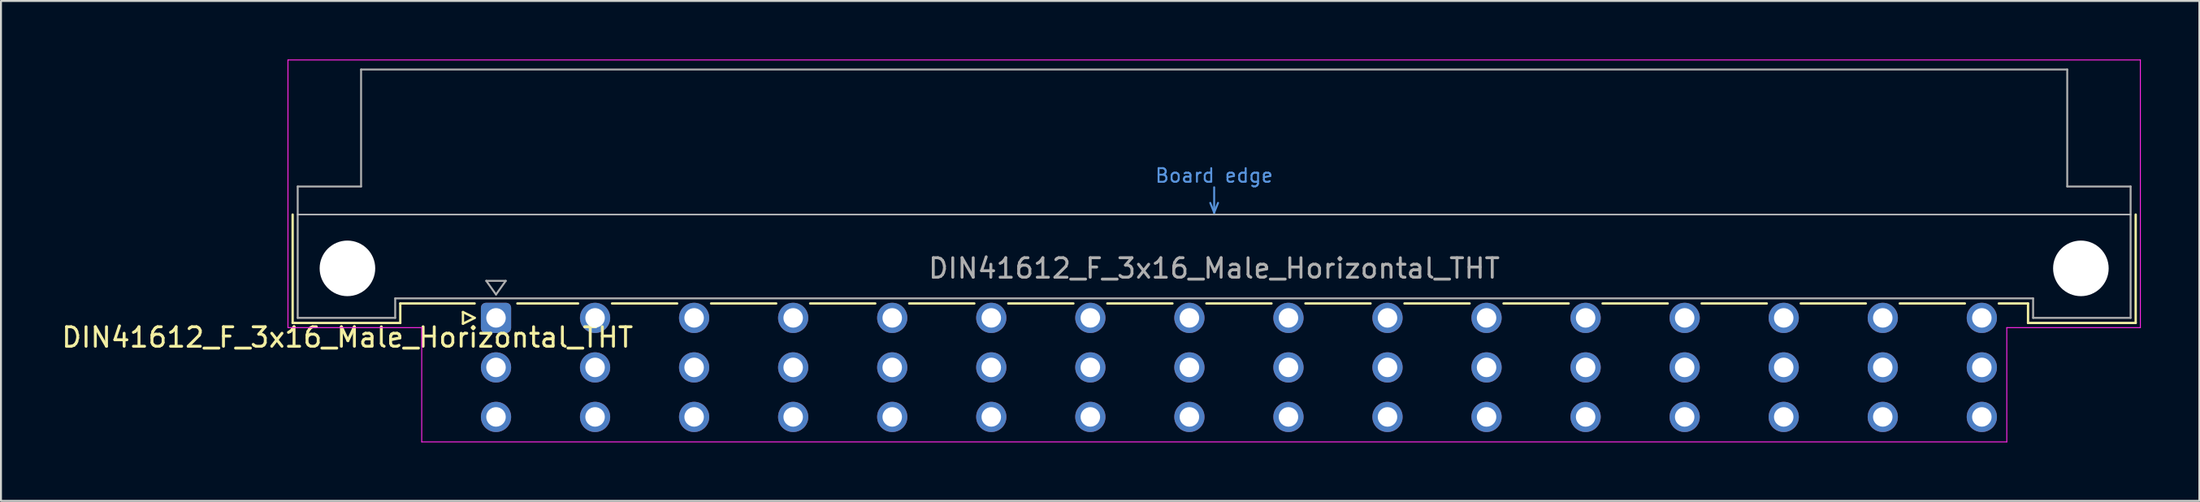
<source format=kicad_pcb>
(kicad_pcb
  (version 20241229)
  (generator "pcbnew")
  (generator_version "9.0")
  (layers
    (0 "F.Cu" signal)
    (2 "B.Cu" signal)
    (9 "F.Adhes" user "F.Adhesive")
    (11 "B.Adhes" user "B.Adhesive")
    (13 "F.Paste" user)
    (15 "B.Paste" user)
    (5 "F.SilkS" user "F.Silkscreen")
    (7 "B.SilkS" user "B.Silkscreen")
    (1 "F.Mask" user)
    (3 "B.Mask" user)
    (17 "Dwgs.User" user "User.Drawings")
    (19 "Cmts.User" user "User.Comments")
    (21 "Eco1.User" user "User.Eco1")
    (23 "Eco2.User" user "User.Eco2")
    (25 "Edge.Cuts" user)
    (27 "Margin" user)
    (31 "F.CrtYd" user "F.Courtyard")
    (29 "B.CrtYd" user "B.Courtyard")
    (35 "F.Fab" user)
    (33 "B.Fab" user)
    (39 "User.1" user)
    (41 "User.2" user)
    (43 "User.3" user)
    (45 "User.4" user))
  (footprint "DIN41612_F_3x16_Male_Horizontal_THT"
    (layer "F.Cu")
    (at 19.848 13.255)
    (property "Reference" "DIN41612_F_3x16_Male_Horizontal_THT" (at -5.08 1 0) (layer "F.SilkS") (effects (font (size 1 1) (thickness 0.15))))
    (attr through_hole)
    (fp_line (start -7.89 -5.3) (end -7.89 0.26) (stroke (width 0.12) (type solid)) (layer "F.SilkS"))
    (fp_line (start -7.89 0.26) (end -2.37 0.26) (stroke (width 0.12) (type solid)) (layer "F.SilkS"))
    (fp_line (start -2.371 -0.74) (end 1.445 -0.74) (stroke (width 0.12) (type solid)) (layer "F.SilkS"))
    (fp_line (start -2.37 0.26) (end -2.37 -0.74) (stroke (width 0.12) (type solid)) (layer "F.SilkS"))
    (fp_line (start 0.845 -0.3) (end 0.845 0.3) (stroke (width 0.12) (type solid)) (layer "F.SilkS"))
    (fp_line (start 0.845 0.3) (end 1.445 0) (stroke (width 0.12) (type solid)) (layer "F.SilkS"))
    (fp_line (start 1.445 0) (end 0.845 -0.3) (stroke (width 0.12) (type solid)) (layer "F.SilkS"))
    (fp_line (start 3.635 -0.74) (end 6.751 -0.74) (stroke (width 0.12) (type solid)) (layer "F.SilkS"))
    (fp_line (start 8.49 -0.74) (end 11.831 -0.74) (stroke (width 0.12) (type solid)) (layer "F.SilkS"))
    (fp_line (start 13.57 -0.74) (end 16.911 -0.74) (stroke (width 0.12) (type solid)) (layer "F.SilkS"))
    (fp_line (start 18.65 -0.74) (end 21.991 -0.74) (stroke (width 0.12) (type solid)) (layer "F.SilkS"))
    (fp_line (start 23.73 -0.74) (end 27.071 -0.74) (stroke (width 0.12) (type solid)) (layer "F.SilkS"))
    (fp_line (start 28.81 -0.74) (end 32.151 -0.74) (stroke (width 0.12) (type solid)) (layer "F.SilkS"))
    (fp_line (start 33.89 -0.74) (end 37.231 -0.74) (stroke (width 0.12) (type solid)) (layer "F.SilkS"))
    (fp_line (start 38.97 -0.74) (end 42.311 -0.74) (stroke (width 0.12) (type solid)) (layer "F.SilkS"))
    (fp_line (start 44.05 -0.74) (end 47.391 -0.74) (stroke (width 0.12) (type solid)) (layer "F.SilkS"))
    (fp_line (start 49.13 -0.74) (end 52.471 -0.74) (stroke (width 0.12) (type solid)) (layer "F.SilkS"))
    (fp_line (start 54.21 -0.74) (end 57.551 -0.74) (stroke (width 0.12) (type solid)) (layer "F.SilkS"))
    (fp_line (start 59.29 -0.74) (end 62.631 -0.74) (stroke (width 0.12) (type solid)) (layer "F.SilkS"))
    (fp_line (start 64.37 -0.74) (end 67.711 -0.74) (stroke (width 0.12) (type solid)) (layer "F.SilkS"))
    (fp_line (start 69.45 -0.74) (end 72.791 -0.74) (stroke (width 0.12) (type solid)) (layer "F.SilkS"))
    (fp_line (start 74.53 -0.74) (end 77.871 -0.74) (stroke (width 0.12) (type solid)) (layer "F.SilkS"))
    (fp_line (start 79.61 -0.74) (end 81.11 -0.74) (stroke (width 0.12) (type solid)) (layer "F.SilkS"))
    (fp_line (start 81.11 0.26) (end 81.11 -0.74) (stroke (width 0.12) (type solid)) (layer "F.SilkS"))
    (fp_line (start 86.63 -5.3) (end 86.63 0.26) (stroke (width 0.12) (type solid)) (layer "F.SilkS"))
    (fp_line (start 86.63 0.26) (end 81.11 0.26) (stroke (width 0.12) (type solid)) (layer "F.SilkS"))
    (fp_line (start -7.63 -5.3) (end 86.37 -5.3) (stroke (width 0.08) (type solid)) (layer "Dwgs.User"))
    (fp_line (start 39.17 -5.9) (end 39.37 -5.4) (stroke (width 0.1) (type solid)) (layer "Cmts.User"))
    (fp_line (start 39.37 -5.4) (end 39.37 -6.7) (stroke (width 0.1) (type solid)) (layer "Cmts.User"))
    (fp_line (start 39.37 -5.4) (end 39.57 -5.9) (stroke (width 0.1) (type solid)) (layer "Cmts.User"))
    (fp_line (start -8.13 -13.23) (end -8.13 0.5) (stroke (width 0.05) (type solid)) (layer "F.CrtYd"))
    (fp_line (start -8.13 0.5) (end -1.27 0.5) (stroke (width 0.05) (type solid)) (layer "F.CrtYd"))
    (fp_line (start -1.27 0.5) (end -1.27 6.36) (stroke (width 0.05) (type solid)) (layer "F.CrtYd"))
    (fp_line (start -1.27 6.36) (end 80.02 6.36) (stroke (width 0.05) (type solid)) (layer "F.CrtYd"))
    (fp_line (start 80.02 0.5) (end 86.87 0.5) (stroke (width 0.05) (type solid)) (layer "F.CrtYd"))
    (fp_line (start 80.02 6.36) (end 80.02 0.5) (stroke (width 0.05) (type solid)) (layer "F.CrtYd"))
    (fp_line (start 86.87 -13.23) (end -8.13 -13.23) (stroke (width 0.05) (type solid)) (layer "F.CrtYd"))
    (fp_line (start 86.87 0.5) (end 86.87 -13.23) (stroke (width 0.05) (type solid)) (layer "F.CrtYd"))
    (fp_line (start -7.63 -6.74) (end -7.63 0) (stroke (width 0.1) (type solid)) (layer "F.Fab"))
    (fp_line (start -7.63 0) (end -2.63 0) (stroke (width 0.1) (type solid)) (layer "F.Fab"))
    (fp_line (start -4.38 -12.74) (end -4.38 -6.74) (stroke (width 0.1) (type solid)) (layer "F.Fab"))
    (fp_line (start -4.38 -6.74) (end -7.63 -6.74) (stroke (width 0.1) (type solid)) (layer "F.Fab"))
    (fp_line (start -2.63 -1) (end 81.37 -1) (stroke (width 0.1) (type solid)) (layer "F.Fab"))
    (fp_line (start -2.63 0) (end -2.63 -1) (stroke (width 0.1) (type solid)) (layer "F.Fab"))
    (fp_line (start 2.04 -1.9) (end 3.04 -1.9) (stroke (width 0.1) (type solid)) (layer "F.Fab"))
    (fp_line (start 2.54 -1.2) (end 2.04 -1.9) (stroke (width 0.1) (type solid)) (layer "F.Fab"))
    (fp_line (start 3.04 -1.9) (end 2.54 -1.2) (stroke (width 0.1) (type solid)) (layer "F.Fab"))
    (fp_line (start 81.37 -1) (end 81.37 0) (stroke (width 0.1) (type solid)) (layer "F.Fab"))
    (fp_line (start 81.37 0) (end 86.37 0) (stroke (width 0.1) (type solid)) (layer "F.Fab"))
    (fp_line (start 83.12 -12.74) (end -4.38 -12.74) (stroke (width 0.1) (type solid)) (layer "F.Fab"))
    (fp_line (start 83.12 -6.74) (end 83.12 -12.74) (stroke (width 0.1) (type solid)) (layer "F.Fab"))
    (fp_line (start 86.37 -6.74) (end 83.12 -6.74) (stroke (width 0.1) (type solid)) (layer "F.Fab"))
    (fp_line (start 86.37 0) (end 86.37 -6.74) (stroke (width 0.1) (type solid)) (layer "F.Fab"))
    (fp_text user "Board edge" (at 39.37 -7.3 0) (layer "Cmts.User") (effects (font (size 0.7 0.7) (thickness 0.1))))
    (fp_text user "${REFERENCE}" (at 39.37 -2.54 0) (layer "F.Fab") (effects (font (size 1 1) (thickness 0.15))))
    (pad "" np_thru_hole circle (at -5.08 -2.54) (size 2.85 2.85) (drill 2.85) (layers "*.Cu" "*.Mask"))
    (pad "" np_thru_hole circle (at 83.82 -2.54) (size 2.85 2.85) (drill 2.85) (layers "*.Cu" "*.Mask"))
    (pad "b2" thru_hole circle (at 2.54 2.54) (size 1.55 1.55) (drill 1) (layers "*.Cu" "*.Mask"))
    (pad "b4" thru_hole circle (at 7.62 2.54) (size 1.55 1.55) (drill 1) (layers "*.Cu" "*.Mask"))
    (pad "b6" thru_hole circle (at 12.7 2.54) (size 1.55 1.55) (drill 1) (layers "*.Cu" "*.Mask"))
    (pad "b8" thru_hole circle (at 17.78 2.54) (size 1.55 1.55) (drill 1) (layers "*.Cu" "*.Mask"))
    (pad "b10" thru_hole circle (at 22.86 2.54) (size 1.55 1.55) (drill 1) (layers "*.Cu" "*.Mask"))
    (pad "b12" thru_hole circle (at 27.94 2.54) (size 1.55 1.55) (drill 1) (layers "*.Cu" "*.Mask"))
    (pad "b14" thru_hole circle (at 33.02 2.54) (size 1.55 1.55) (drill 1) (layers "*.Cu" "*.Mask"))
    (pad "b16" thru_hole circle (at 38.1 2.54) (size 1.55 1.55) (drill 1) (layers "*.Cu" "*.Mask"))
    (pad "b18" thru_hole circle (at 43.18 2.54) (size 1.55 1.55) (drill 1) (layers "*.Cu" "*.Mask"))
    (pad "b20" thru_hole circle (at 48.26 2.54) (size 1.55 1.55) (drill 1) (layers "*.Cu" "*.Mask"))
    (pad "b22" thru_hole circle (at 53.34 2.54) (size 1.55 1.55) (drill 1) (layers "*.Cu" "*.Mask"))
    (pad "b24" thru_hole circle (at 58.42 2.54) (size 1.55 1.55) (drill 1) (layers "*.Cu" "*.Mask"))
    (pad "b26" thru_hole circle (at 63.5 2.54) (size 1.55 1.55) (drill 1) (layers "*.Cu" "*.Mask"))
    (pad "b28" thru_hole circle (at 68.58 2.54) (size 1.55 1.55) (drill 1) (layers "*.Cu" "*.Mask"))
    (pad "b30" thru_hole circle (at 73.66 2.54) (size 1.55 1.55) (drill 1) (layers "*.Cu" "*.Mask"))
    (pad "b32" thru_hole circle (at 78.74 2.54) (size 1.55 1.55) (drill 1) (layers "*.Cu" "*.Mask"))
    (pad "d2" thru_hole circle (at 2.54 5.08) (size 1.55 1.55) (drill 1) (layers "*.Cu" "*.Mask"))
    (pad "d4" thru_hole circle (at 7.62 5.08) (size 1.55 1.55) (drill 1) (layers "*.Cu" "*.Mask"))
    (pad "d6" thru_hole circle (at 12.7 5.08) (size 1.55 1.55) (drill 1) (layers "*.Cu" "*.Mask"))
    (pad "d8" thru_hole circle (at 17.78 5.08) (size 1.55 1.55) (drill 1) (layers "*.Cu" "*.Mask"))
    (pad "d10" thru_hole circle (at 22.86 5.08) (size 1.55 1.55) (drill 1) (layers "*.Cu" "*.Mask"))
    (pad "d12" thru_hole circle (at 27.94 5.08) (size 1.55 1.55) (drill 1) (layers "*.Cu" "*.Mask"))
    (pad "d14" thru_hole circle (at 33.02 5.08) (size 1.55 1.55) (drill 1) (layers "*.Cu" "*.Mask"))
    (pad "d16" thru_hole circle (at 38.1 5.08) (size 1.55 1.55) (drill 1) (layers "*.Cu" "*.Mask"))
    (pad "d18" thru_hole circle (at 43.18 5.08) (size 1.55 1.55) (drill 1) (layers "*.Cu" "*.Mask"))
    (pad "d20" thru_hole circle (at 48.26 5.08) (size 1.55 1.55) (drill 1) (layers "*.Cu" "*.Mask"))
    (pad "d22" thru_hole circle (at 53.34 5.08) (size 1.55 1.55) (drill 1) (layers "*.Cu" "*.Mask"))
    (pad "d24" thru_hole circle (at 58.42 5.08) (size 1.55 1.55) (drill 1) (layers "*.Cu" "*.Mask"))
    (pad "d26" thru_hole circle (at 63.5 5.08) (size 1.55 1.55) (drill 1) (layers "*.Cu" "*.Mask"))
    (pad "d28" thru_hole circle (at 68.58 5.08) (size 1.55 1.55) (drill 1) (layers "*.Cu" "*.Mask"))
    (pad "d30" thru_hole circle (at 73.66 5.08) (size 1.55 1.55) (drill 1) (layers "*.Cu" "*.Mask"))
    (pad "d32" thru_hole circle (at 78.74 5.08) (size 1.55 1.55) (drill 1) (layers "*.Cu" "*.Mask"))
    (pad "z2" thru_hole roundrect (at 2.54 0) (size 1.55 1.55) (drill 1) (layers "*.Cu" "*.Mask") (roundrect_rratio 0.161))
    (pad "z4" thru_hole circle (at 7.62 0) (size 1.55 1.55) (drill 1) (layers "*.Cu" "*.Mask"))
    (pad "z6" thru_hole circle (at 12.7 0) (size 1.55 1.55) (drill 1) (layers "*.Cu" "*.Mask"))
    (pad "z8" thru_hole circle (at 17.78 0) (size 1.55 1.55) (drill 1) (layers "*.Cu" "*.Mask"))
    (pad "z10" thru_hole circle (at 22.86 0) (size 1.55 1.55) (drill 1) (layers "*.Cu" "*.Mask"))
    (pad "z12" thru_hole circle (at 27.94 0) (size 1.55 1.55) (drill 1) (layers "*.Cu" "*.Mask"))
    (pad "z14" thru_hole circle (at 33.02 0) (size 1.55 1.55) (drill 1) (layers "*.Cu" "*.Mask"))
    (pad "z16" thru_hole circle (at 38.1 0) (size 1.55 1.55) (drill 1) (layers "*.Cu" "*.Mask"))
    (pad "z18" thru_hole circle (at 43.18 0) (size 1.55 1.55) (drill 1) (layers "*.Cu" "*.Mask"))
    (pad "z20" thru_hole circle (at 48.26 0) (size 1.55 1.55) (drill 1) (layers "*.Cu" "*.Mask"))
    (pad "z22" thru_hole circle (at 53.34 0) (size 1.55 1.55) (drill 1) (layers "*.Cu" "*.Mask"))
    (pad "z24" thru_hole circle (at 58.42 0) (size 1.55 1.55) (drill 1) (layers "*.Cu" "*.Mask"))
    (pad "z26" thru_hole circle (at 63.5 0) (size 1.55 1.55) (drill 1) (layers "*.Cu" "*.Mask"))
    (pad "z28" thru_hole circle (at 68.58 0) (size 1.55 1.55) (drill 1) (layers "*.Cu" "*.Mask"))
    (pad "z30" thru_hole circle (at 73.66 0) (size 1.55 1.55) (drill 1) (layers "*.Cu" "*.Mask"))
    (pad "z32" thru_hole circle (at 78.74 0) (size 1.55 1.55) (drill 1) (layers "*.Cu" "*.Mask")))
  (gr_rect
    (start -3 -3)
    (end 109.743 22.64)
    (stroke (width 0.1) (type default))
    (fill no)
    (layer "Edge.Cuts")))
</source>
